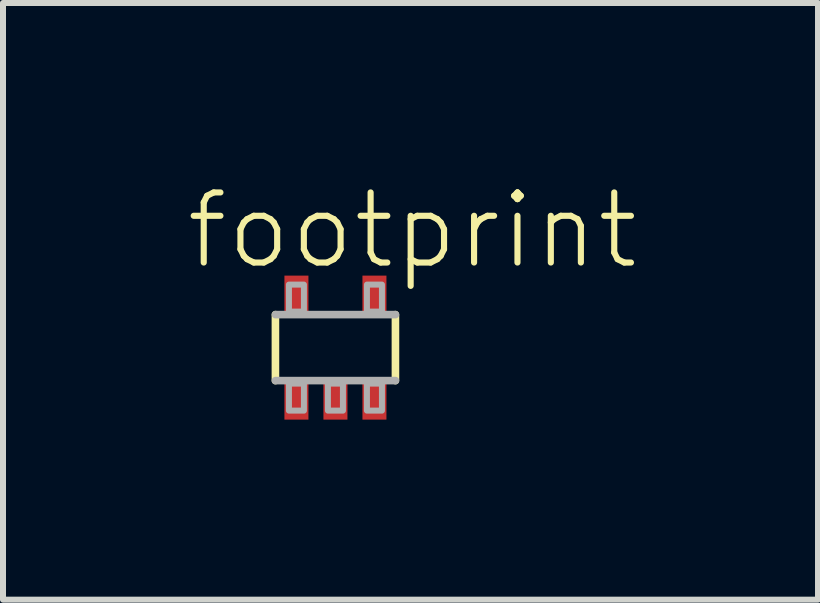
<source format=kicad_pcb>
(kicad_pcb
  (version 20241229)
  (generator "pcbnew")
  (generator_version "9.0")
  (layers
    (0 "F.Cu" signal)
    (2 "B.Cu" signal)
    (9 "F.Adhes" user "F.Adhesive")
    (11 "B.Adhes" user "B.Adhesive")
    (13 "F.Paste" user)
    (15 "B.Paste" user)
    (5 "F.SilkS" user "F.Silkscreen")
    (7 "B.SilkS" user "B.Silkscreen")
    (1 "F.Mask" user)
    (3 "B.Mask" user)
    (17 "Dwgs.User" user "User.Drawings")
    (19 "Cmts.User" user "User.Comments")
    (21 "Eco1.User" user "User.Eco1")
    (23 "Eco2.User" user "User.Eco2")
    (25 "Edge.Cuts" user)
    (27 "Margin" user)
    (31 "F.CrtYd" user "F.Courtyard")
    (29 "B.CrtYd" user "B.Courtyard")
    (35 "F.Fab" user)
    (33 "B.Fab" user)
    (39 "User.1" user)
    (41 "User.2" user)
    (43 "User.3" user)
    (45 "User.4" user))
  (footprint "footprint"
    (layer "F.Cu")
    (at 2.54 2.743)
    (property "Reference" "footprint" (at -2.54 -1.27 0) (layer "F.SilkS") (effects (font (size 1.168 1.168) (thickness 0.102)) (justify left bottom)))
    (fp_line (start -1 -0.55) (end -1 0.55) (stroke (width 0.127) (type solid)) (layer "F.SilkS"))
    (fp_line (start 1 0.55) (end 1 -0.55) (stroke (width 0.127) (type solid)) (layer "F.SilkS"))
    (fp_line (start -1 0.55) (end 1 0.55) (stroke (width 0.127) (type solid)) (layer "F.Fab"))
    (fp_line (start 1 -0.55) (end -1 -0.55) (stroke (width 0.127) (type solid)) (layer "F.Fab"))
    (fp_poly (pts (xy -0.775 -0.6) (xy -0.525 -0.6) (xy -0.525 -1.05) (xy -0.775 -1.05)) (stroke (width 0.1) (type solid)) (fill no) (layer "F.Fab"))
    (fp_poly (pts (xy -0.775 1.05) (xy -0.525 1.05) (xy -0.525 0.6) (xy -0.775 0.6)) (stroke (width 0.1) (type solid)) (fill no) (layer "F.Fab"))
    (fp_poly (pts (xy -0.125 1.05) (xy 0.125 1.05) (xy 0.125 0.6) (xy -0.125 0.6)) (stroke (width 0.1) (type solid)) (fill no) (layer "F.Fab"))
    (fp_poly (pts (xy 0.525 -0.6) (xy 0.775 -0.6) (xy 0.775 -1.05) (xy 0.525 -1.05)) (stroke (width 0.1) (type solid)) (fill no) (layer "F.Fab"))
    (fp_poly (pts (xy 0.525 1.05) (xy 0.775 1.05) (xy 0.775 0.6) (xy 0.525 0.6)) (stroke (width 0.1) (type solid)) (fill no) (layer "F.Fab"))
    (pad "1" smd rect (at -0.65 0.85) (size 0.4 0.7) (layers "F.Cu" "F.Mask" "F.Paste"))
    (pad "2" smd rect (at 0 0.85) (size 0.4 0.7) (layers "F.Cu" "F.Mask" "F.Paste"))
    (pad "3" smd rect (at 0.65 0.85) (size 0.4 0.7) (layers "F.Cu" "F.Mask" "F.Paste"))
    (pad "4" smd rect (at 0.65 -0.85) (size 0.4 0.7) (layers "F.Cu" "F.Mask" "F.Paste"))
    (pad "5" smd rect (at -0.65 -0.85) (size 0.4 0.7) (layers "F.Cu" "F.Mask" "F.Paste")))
  (gr_rect
    (start -3 -3)
    (end 10.582 6.943)
    (stroke (width 0.1) (type default))
    (fill no)
    (layer "Edge.Cuts")))
</source>
